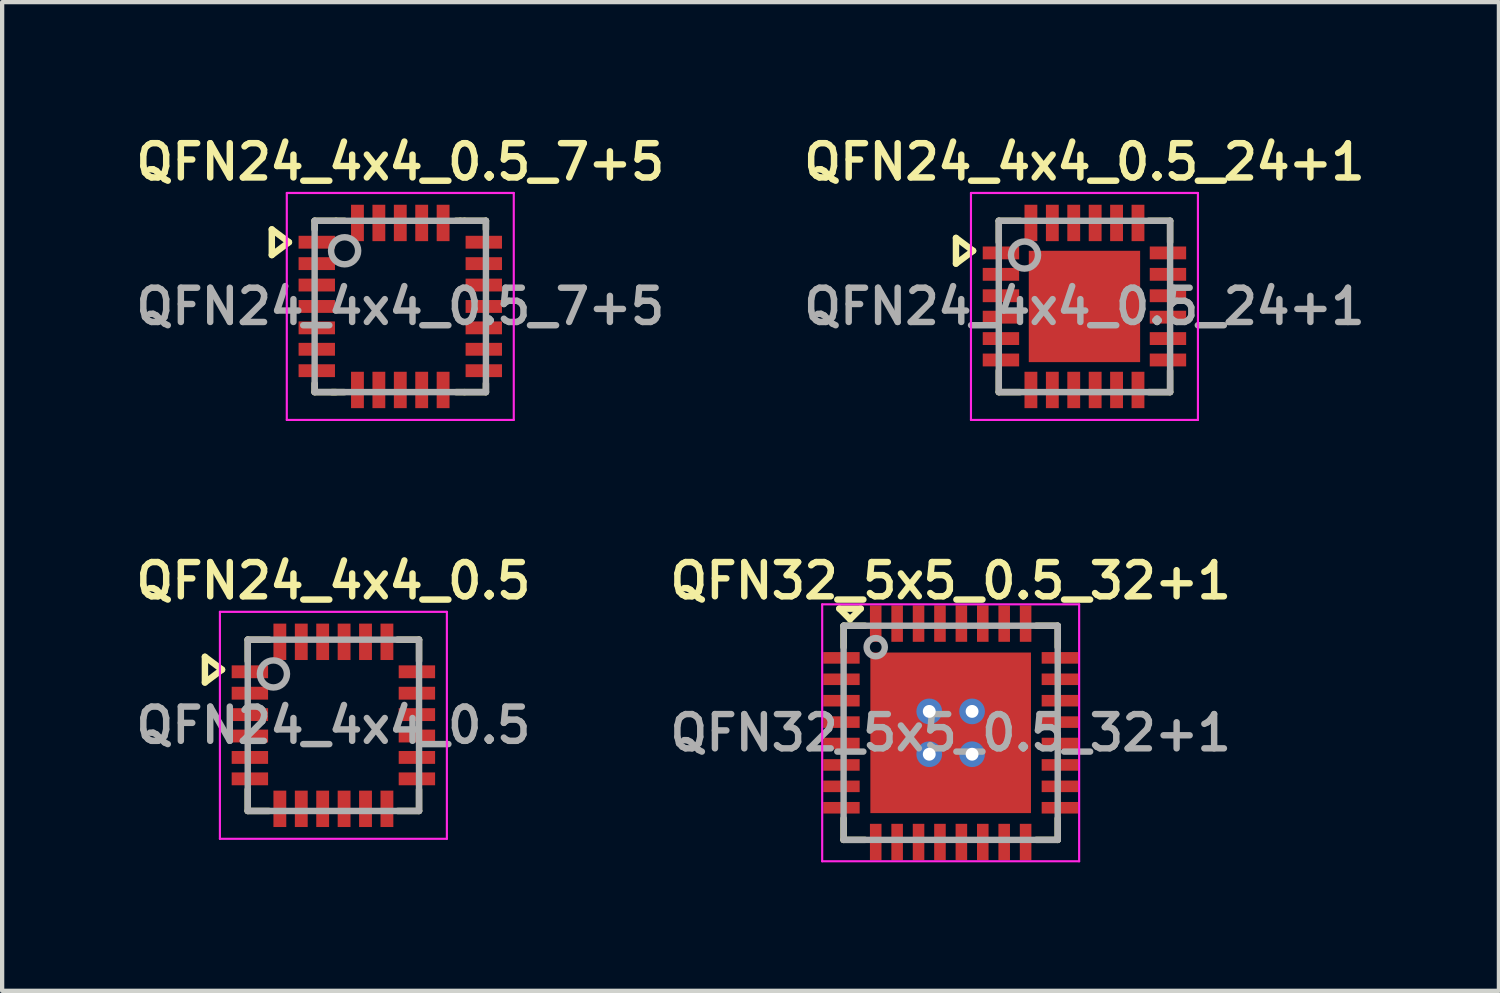
<source format=kicad_pcb>
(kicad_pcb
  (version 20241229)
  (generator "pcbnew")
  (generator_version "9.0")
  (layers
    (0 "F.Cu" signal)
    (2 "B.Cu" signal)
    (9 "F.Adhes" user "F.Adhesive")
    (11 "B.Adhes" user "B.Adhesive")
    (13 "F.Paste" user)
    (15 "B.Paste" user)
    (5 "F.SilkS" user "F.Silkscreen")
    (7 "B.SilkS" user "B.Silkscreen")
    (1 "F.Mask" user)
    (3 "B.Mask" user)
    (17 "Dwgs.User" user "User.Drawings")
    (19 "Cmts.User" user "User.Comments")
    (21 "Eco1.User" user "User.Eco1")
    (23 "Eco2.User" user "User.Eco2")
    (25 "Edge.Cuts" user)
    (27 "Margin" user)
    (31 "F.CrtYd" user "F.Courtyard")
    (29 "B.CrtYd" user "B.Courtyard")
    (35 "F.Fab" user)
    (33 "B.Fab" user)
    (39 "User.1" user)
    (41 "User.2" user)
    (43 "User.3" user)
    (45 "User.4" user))
  (footprint "QFN24_4x4_0.5"
    (layer "F.Cu")
    (at 4.735 13.887)
    (property "Reference" "QFN24_4x4_0.5" (at 0 -3.375 0) (layer "F.SilkS") (effects (font (size 0.8 0.8) (thickness 0.15))))
    (attr smd)
    (fp_line (start -3 -1.6) (end -3 -1) (stroke (width 0.15) (type solid)) (layer "F.SilkS"))
    (fp_line (start -3 -1) (end -2.6 -1.3) (stroke (width 0.15) (type solid)) (layer "F.SilkS"))
    (fp_line (start -2.6 -1.3) (end -3 -1.6) (stroke (width 0.15) (type solid)) (layer "F.SilkS"))
    (fp_line (start -2 -2) (end -2 -1.5) (stroke (width 0.15) (type solid)) (layer "F.SilkS"))
    (fp_line (start -2 1.5) (end -2 2) (stroke (width 0.15) (type solid)) (layer "F.SilkS"))
    (fp_line (start -2 2) (end -1.5 2) (stroke (width 0.15) (type solid)) (layer "F.SilkS"))
    (fp_line (start -1.5 -2) (end -2 -2) (stroke (width 0.15) (type solid)) (layer "F.SilkS"))
    (fp_line (start 1.5 -2) (end 2 -2) (stroke (width 0.15) (type solid)) (layer "F.SilkS"))
    (fp_line (start 2 -2) (end 2 -1.5) (stroke (width 0.15) (type solid)) (layer "F.SilkS"))
    (fp_line (start 2 1.5) (end 2 2) (stroke (width 0.15) (type solid)) (layer "F.SilkS"))
    (fp_line (start 2 2) (end 1.5 2) (stroke (width 0.15) (type solid)) (layer "F.SilkS"))
    (fp_line (start -2.65 -2.65) (end -2.65 2.65) (stroke (width 0.05) (type solid)) (layer "F.CrtYd"))
    (fp_line (start -2.65 -2.65) (end 2.65 -2.65) (stroke (width 0.05) (type solid)) (layer "F.CrtYd"))
    (fp_line (start -2.65 2.65) (end 2.65 2.65) (stroke (width 0.05) (type solid)) (layer "F.CrtYd"))
    (fp_line (start 2.65 -2.65) (end 2.65 2.65) (stroke (width 0.05) (type solid)) (layer "F.CrtYd"))
    (fp_line (start -2 -2) (end 2 -2) (stroke (width 0.15) (type solid)) (layer "F.Fab"))
    (fp_line (start -2 2) (end -2 -2) (stroke (width 0.15) (type solid)) (layer "F.Fab"))
    (fp_line (start 2 -2) (end 2 2) (stroke (width 0.15) (type solid)) (layer "F.Fab"))
    (fp_line (start 2 2) (end -2 2) (stroke (width 0.15) (type solid)) (layer "F.Fab"))
    (fp_circle (center -1.4 -1.2) (end -1.3 -0.9) (stroke (width 0.15) (type solid)) (fill no) (layer "F.Fab"))
    (fp_text user "${REFERENCE}" (at 0 0 0) (layer "F.Fab") (effects (font (size 0.8 0.8) (thickness 0.15))))
    (pad "1" smd rect (at -1.95 -1.25) (size 0.85 0.3) (layers "F.Cu" "F.Mask" "F.Paste"))
    (pad "2" smd rect (at -1.95 -0.75) (size 0.85 0.3) (layers "F.Cu" "F.Mask" "F.Paste"))
    (pad "3" smd rect (at -1.95 -0.25) (size 0.85 0.3) (layers "F.Cu" "F.Mask" "F.Paste"))
    (pad "4" smd rect (at -1.95 0.25) (size 0.85 0.3) (layers "F.Cu" "F.Mask" "F.Paste"))
    (pad "5" smd rect (at -1.95 0.75) (size 0.85 0.3) (layers "F.Cu" "F.Mask" "F.Paste"))
    (pad "6" smd rect (at -1.95 1.25) (size 0.85 0.3) (layers "F.Cu" "F.Mask" "F.Paste"))
    (pad "7" smd rect (at -1.25 1.95 90) (size 0.85 0.3) (layers "F.Cu" "F.Mask" "F.Paste"))
    (pad "8" smd rect (at -0.75 1.95 90) (size 0.85 0.3) (layers "F.Cu" "F.Mask" "F.Paste"))
    (pad "9" smd rect (at -0.25 1.95 90) (size 0.85 0.3) (layers "F.Cu" "F.Mask" "F.Paste"))
    (pad "10" smd rect (at 0.25 1.95 90) (size 0.85 0.3) (layers "F.Cu" "F.Mask" "F.Paste"))
    (pad "11" smd rect (at 0.75 1.95 90) (size 0.85 0.3) (layers "F.Cu" "F.Mask" "F.Paste"))
    (pad "12" smd rect (at 1.25 1.95 90) (size 0.85 0.3) (layers "F.Cu" "F.Mask" "F.Paste"))
    (pad "13" smd rect (at 1.95 1.25) (size 0.85 0.3) (layers "F.Cu" "F.Mask" "F.Paste"))
    (pad "14" smd rect (at 1.95 0.75) (size 0.85 0.3) (layers "F.Cu" "F.Mask" "F.Paste"))
    (pad "15" smd rect (at 1.95 0.25) (size 0.85 0.3) (layers "F.Cu" "F.Mask" "F.Paste"))
    (pad "16" smd rect (at 1.95 -0.25) (size 0.85 0.3) (layers "F.Cu" "F.Mask" "F.Paste"))
    (pad "17" smd rect (at 1.95 -0.75) (size 0.85 0.3) (layers "F.Cu" "F.Mask" "F.Paste"))
    (pad "18" smd rect (at 1.95 -1.25) (size 0.85 0.3) (layers "F.Cu" "F.Mask" "F.Paste"))
    (pad "19" smd rect (at 1.25 -1.95 90) (size 0.85 0.3) (layers "F.Cu" "F.Mask" "F.Paste"))
    (pad "20" smd rect (at 0.75 -1.95 90) (size 0.85 0.3) (layers "F.Cu" "F.Mask" "F.Paste"))
    (pad "21" smd rect (at 0.25 -1.95 90) (size 0.85 0.3) (layers "F.Cu" "F.Mask" "F.Paste"))
    (pad "22" smd rect (at -0.25 -1.95 90) (size 0.85 0.3) (layers "F.Cu" "F.Mask" "F.Paste"))
    (pad "23" smd rect (at -0.75 -1.95 90) (size 0.85 0.3) (layers "F.Cu" "F.Mask" "F.Paste"))
    (pad "24" smd rect (at -1.25 -1.95 90) (size 0.85 0.3) (layers "F.Cu" "F.Mask" "F.Paste")))
  (footprint "QFN32_5x5_0.5_32+1"
    (layer "F.Cu")
    (at 19.149 14.062)
    (property "Reference" "QFN32_5x5_0.5_32+1" (at 0 -3.55 0) (layer "F.SilkS") (effects (font (size 0.8 0.8) (thickness 0.15))))
    (attr through_hole)
    (fp_line (start -2.6 -2.9) (end -2.35 -2.65) (stroke (width 0.15) (type solid)) (layer "F.SilkS"))
    (fp_line (start -2.5 -2.5) (end -2 -2.5) (stroke (width 0.15) (type solid)) (layer "F.SilkS"))
    (fp_line (start -2.5 -2) (end -2.5 -2.5) (stroke (width 0.15) (type solid)) (layer "F.SilkS"))
    (fp_line (start -2.5 2.5) (end -2.5 2) (stroke (width 0.15) (type solid)) (layer "F.SilkS"))
    (fp_line (start -2.35 -2.65) (end -2.1 -2.9) (stroke (width 0.15) (type solid)) (layer "F.SilkS"))
    (fp_line (start -2.1 -2.9) (end -2.6 -2.9) (stroke (width 0.15) (type solid)) (layer "F.SilkS"))
    (fp_line (start -2 2.5) (end -2.5 2.5) (stroke (width 0.15) (type solid)) (layer "F.SilkS"))
    (fp_line (start 2 -2.5) (end 2.5 -2.5) (stroke (width 0.15) (type solid)) (layer "F.SilkS"))
    (fp_line (start 2.5 -2.5) (end 2.5 -2) (stroke (width 0.15) (type solid)) (layer "F.SilkS"))
    (fp_line (start 2.5 2) (end 2.5 2.5) (stroke (width 0.15) (type solid)) (layer "F.SilkS"))
    (fp_line (start 2.5 2.5) (end 2 2.5) (stroke (width 0.15) (type solid)) (layer "F.SilkS"))
    (fp_line (start -3 -3) (end 3 -3) (stroke (width 0.05) (type solid)) (layer "F.CrtYd"))
    (fp_line (start -3 3) (end -3 -3) (stroke (width 0.05) (type solid)) (layer "F.CrtYd"))
    (fp_line (start 3 -3) (end 3 3) (stroke (width 0.05) (type solid)) (layer "F.CrtYd"))
    (fp_line (start 3 3) (end -3 3) (stroke (width 0.05) (type solid)) (layer "F.CrtYd"))
    (fp_line (start -2.5 -2.5) (end 2.5 -2.5) (stroke (width 0.15) (type solid)) (layer "F.Fab"))
    (fp_line (start -2.5 2.5) (end -2.5 -2.5) (stroke (width 0.15) (type solid)) (layer "F.Fab"))
    (fp_line (start 2.5 -2.5) (end 2.5 2.5) (stroke (width 0.15) (type solid)) (layer "F.Fab"))
    (fp_line (start 2.5 2.5) (end -2.5 2.5) (stroke (width 0.15) (type solid)) (layer "F.Fab"))
    (fp_circle (center -1.75 -2) (end -1.6 -1.85) (stroke (width 0.15) (type solid)) (fill no) (layer "F.Fab"))
    (fp_text user "${REFERENCE}" (at 0 0 0) (layer "F.Fab") (effects (font (size 0.8 0.8) (thickness 0.15))))
    (pad "1" smd rect (at -2.55 -1.75 90) (size 0.27 0.85) (layers "F.Cu" "F.Mask" "F.Paste"))
    (pad "2" smd rect (at -2.55 -1.25 90) (size 0.27 0.85) (layers "F.Cu" "F.Mask" "F.Paste"))
    (pad "3" smd rect (at -2.55 -0.75 90) (size 0.27 0.85) (layers "F.Cu" "F.Mask" "F.Paste"))
    (pad "4" smd rect (at -2.55 -0.25 90) (size 0.27 0.85) (layers "F.Cu" "F.Mask" "F.Paste"))
    (pad "5" smd rect (at -2.55 0.25 90) (size 0.27 0.85) (layers "F.Cu" "F.Mask" "F.Paste"))
    (pad "6" smd rect (at -2.55 0.75 90) (size 0.27 0.85) (layers "F.Cu" "F.Mask" "F.Paste"))
    (pad "7" smd rect (at -2.55 1.25 90) (size 0.27 0.85) (layers "F.Cu" "F.Mask" "F.Paste"))
    (pad "8" smd rect (at -2.55 1.75 90) (size 0.27 0.85) (layers "F.Cu" "F.Mask" "F.Paste"))
    (pad "9" smd rect (at -1.75 2.55) (size 0.27 0.85) (layers "F.Cu" "F.Mask" "F.Paste"))
    (pad "10" smd rect (at -1.25 2.55) (size 0.27 0.85) (layers "F.Cu" "F.Mask" "F.Paste"))
    (pad "11" smd rect (at -0.75 2.55) (size 0.27 0.85) (layers "F.Cu" "F.Mask" "F.Paste"))
    (pad "12" smd rect (at -0.25 2.55) (size 0.27 0.85) (layers "F.Cu" "F.Mask" "F.Paste"))
    (pad "13" smd rect (at 0.25 2.55) (size 0.27 0.85) (layers "F.Cu" "F.Mask" "F.Paste"))
    (pad "14" smd rect (at 0.75 2.55) (size 0.27 0.85) (layers "F.Cu" "F.Mask" "F.Paste"))
    (pad "15" smd rect (at 1.25 2.55) (size 0.27 0.85) (layers "F.Cu" "F.Mask" "F.Paste"))
    (pad "16" smd rect (at 1.75 2.55) (size 0.27 0.85) (layers "F.Cu" "F.Mask" "F.Paste"))
    (pad "17" smd rect (at 2.55 1.75 90) (size 0.27 0.85) (layers "F.Cu" "F.Mask" "F.Paste"))
    (pad "18" smd rect (at 2.55 1.25 90) (size 0.27 0.85) (layers "F.Cu" "F.Mask" "F.Paste"))
    (pad "19" smd rect (at 2.55 0.75 90) (size 0.27 0.85) (layers "F.Cu" "F.Mask" "F.Paste"))
    (pad "20" smd rect (at 2.55 0.25 90) (size 0.27 0.85) (layers "F.Cu" "F.Mask" "F.Paste"))
    (pad "21" smd rect (at 2.55 -0.25 90) (size 0.27 0.85) (layers "F.Cu" "F.Mask" "F.Paste"))
    (pad "22" smd rect (at 2.55 -0.75 90) (size 0.27 0.85) (layers "F.Cu" "F.Mask" "F.Paste"))
    (pad "23" smd rect (at 2.55 -1.25 90) (size 0.27 0.85) (layers "F.Cu" "F.Mask" "F.Paste"))
    (pad "24" smd rect (at 2.55 -1.75 90) (size 0.27 0.85) (layers "F.Cu" "F.Mask" "F.Paste"))
    (pad "25" smd rect (at 1.75 -2.55) (size 0.27 0.85) (layers "F.Cu" "F.Mask" "F.Paste"))
    (pad "26" smd rect (at 1.25 -2.55) (size 0.27 0.85) (layers "F.Cu" "F.Mask" "F.Paste"))
    (pad "27" smd rect (at 0.75 -2.55) (size 0.27 0.85) (layers "F.Cu" "F.Mask" "F.Paste"))
    (pad "28" smd rect (at 0.25 -2.55) (size 0.27 0.85) (layers "F.Cu" "F.Mask" "F.Paste"))
    (pad "29" smd rect (at -0.25 -2.55) (size 0.27 0.85) (layers "F.Cu" "F.Mask" "F.Paste"))
    (pad "30" smd rect (at -0.75 -2.55) (size 0.27 0.85) (layers "F.Cu" "F.Mask" "F.Paste"))
    (pad "31" smd rect (at -1.25 -2.55) (size 0.27 0.85) (layers "F.Cu" "F.Mask" "F.Paste"))
    (pad "32" smd rect (at -1.75 -2.55) (size 0.27 0.85) (layers "F.Cu" "F.Mask" "F.Paste"))
    (pad "EP" smd circle (at -1.15 -1.15 90) (size 0.6 0.6) (layers "F.Cu" "F.Paste"))
    (pad "EP" smd circle (at -1.15 0 90) (size 0.6 0.6) (layers "F.Cu" "F.Paste"))
    (pad "EP" smd circle (at -1.15 1.15 90) (size 0.6 0.6) (layers "F.Cu" "F.Paste"))
    (pad "EP" thru_hole circle (at -0.5 -0.5 90) (size 0.6 0.6) (drill 0.3) (layers "*.Cu" "*.Mask"))
    (pad "EP" thru_hole circle (at -0.5 0.5 90) (size 0.6 0.6) (drill 0.3) (layers "*.Cu" "*.Mask"))
    (pad "EP" smd circle (at 0 -1.15 90) (size 0.6 0.6) (layers "F.Cu" "F.Paste"))
    (pad "EP" smd circle (at 0 0 90) (size 0.6 0.6) (layers "F.Cu" "F.Paste"))
    (pad "EP" smd rect (at 0 0 90) (size 3.75 3.75) (layers "F.Cu" "F.Mask"))
    (pad "EP" smd circle (at 0 1.15 90) (size 0.6 0.6) (layers "F.Cu" "F.Paste"))
    (pad "EP" thru_hole circle (at 0.5 -0.5 90) (size 0.6 0.6) (drill 0.3) (layers "*.Cu" "*.Mask"))
    (pad "EP" thru_hole circle (at 0.5 0.5 90) (size 0.6 0.6) (drill 0.3) (layers "*.Cu" "*.Mask"))
    (pad "EP" smd circle (at 1.15 -1.15 90) (size 0.6 0.6) (layers "F.Cu" "F.Paste"))
    (pad "EP" smd circle (at 1.15 0 90) (size 0.6 0.6) (layers "F.Cu" "F.Paste"))
    (pad "EP" smd circle (at 1.15 1.15 90) (size 0.6 0.6) (layers "F.Cu" "F.Paste")))
  (footprint "QFN24_4x4_0.5_7+5"
    (layer "F.Cu")
    (at 6.297 4.106)
    (property "Reference" "QFN24_4x4_0.5_7+5" (at 0 -3.375 0) (layer "F.SilkS") (effects (font (size 0.8 0.8) (thickness 0.15))))
    (attr smd)
    (fp_line (start -3 -1.8) (end -3 -1.2) (stroke (width 0.15) (type solid)) (layer "F.SilkS"))
    (fp_line (start -3 -1.2) (end -2.6 -1.5) (stroke (width 0.15) (type solid)) (layer "F.SilkS"))
    (fp_line (start -2.6 -1.5) (end -3 -1.8) (stroke (width 0.15) (type solid)) (layer "F.SilkS"))
    (fp_line (start -2 -2) (end -2 -1.8) (stroke (width 0.15) (type solid)) (layer "F.SilkS"))
    (fp_line (start -2 2) (end -2 1.8) (stroke (width 0.15) (type solid)) (layer "F.SilkS"))
    (fp_line (start -2 2) (end -1.5 2) (stroke (width 0.15) (type solid)) (layer "F.SilkS"))
    (fp_line (start -1.5 -2) (end -2 -2) (stroke (width 0.15) (type solid)) (layer "F.SilkS"))
    (fp_line (start -1.5 -2) (end -1.3 -2) (stroke (width 0.15) (type solid)) (layer "F.SilkS"))
    (fp_line (start -1.3 2) (end -1.6 2) (stroke (width 0.15) (type solid)) (layer "F.SilkS"))
    (fp_line (start 1.4 -2) (end 1.3 -2) (stroke (width 0.15) (type solid)) (layer "F.SilkS"))
    (fp_line (start 1.5 -2) (end 1.4 -2) (stroke (width 0.15) (type solid)) (layer "F.SilkS"))
    (fp_line (start 1.5 -2) (end 2 -2) (stroke (width 0.15) (type solid)) (layer "F.SilkS"))
    (fp_line (start 1.5 2) (end 1.3 2) (stroke (width 0.15) (type solid)) (layer "F.SilkS"))
    (fp_line (start 2 -2) (end 2 -1.8) (stroke (width 0.15) (type solid)) (layer "F.SilkS"))
    (fp_line (start 2 2) (end 1.5 2) (stroke (width 0.15) (type solid)) (layer "F.SilkS"))
    (fp_line (start 2 2) (end 2 1.8) (stroke (width 0.15) (type solid)) (layer "F.SilkS"))
    (fp_line (start -2.65 -2.65) (end -2.65 2.65) (stroke (width 0.05) (type solid)) (layer "F.CrtYd"))
    (fp_line (start -2.65 -2.65) (end 2.65 -2.65) (stroke (width 0.05) (type solid)) (layer "F.CrtYd"))
    (fp_line (start -2.65 2.65) (end 2.65 2.65) (stroke (width 0.05) (type solid)) (layer "F.CrtYd"))
    (fp_line (start 2.65 -2.65) (end 2.65 2.65) (stroke (width 0.05) (type solid)) (layer "F.CrtYd"))
    (fp_line (start -2 -2) (end 2 -2) (stroke (width 0.15) (type solid)) (layer "F.Fab"))
    (fp_line (start -2 2) (end -2 -2) (stroke (width 0.15) (type solid)) (layer "F.Fab"))
    (fp_line (start 2 -2) (end 2 2) (stroke (width 0.15) (type solid)) (layer "F.Fab"))
    (fp_line (start 2 2) (end -2 2) (stroke (width 0.15) (type solid)) (layer "F.Fab"))
    (fp_circle (center -1.3 -1.3) (end -1.2 -1) (stroke (width 0.15) (type solid)) (fill no) (layer "F.Fab"))
    (fp_text user "${REFERENCE}" (at 0 0 0) (layer "F.Fab") (effects (font (size 0.8 0.8) (thickness 0.15))))
    (pad "1" smd rect (at -1.95 -1.5) (size 0.85 0.3) (layers "F.Cu" "F.Mask" "F.Paste"))
    (pad "2" smd rect (at -1.95 -1) (size 0.85 0.3) (layers "F.Cu" "F.Mask" "F.Paste"))
    (pad "3" smd rect (at -1.95 -0.5) (size 0.85 0.3) (layers "F.Cu" "F.Mask" "F.Paste"))
    (pad "4" smd rect (at -1.95 0) (size 0.85 0.3) (layers "F.Cu" "F.Mask" "F.Paste"))
    (pad "5" smd rect (at -1.95 0.5) (size 0.85 0.3) (layers "F.Cu" "F.Mask" "F.Paste"))
    (pad "6" smd rect (at -1.95 1) (size 0.85 0.3) (layers "F.Cu" "F.Mask" "F.Paste"))
    (pad "7" smd rect (at -1.95 1.5 90) (size 0.3 0.85) (layers "F.Cu" "F.Mask" "F.Paste"))
    (pad "8" smd rect (at -1 1.95 90) (size 0.85 0.3) (layers "F.Cu" "F.Mask" "F.Paste"))
    (pad "9" smd rect (at -0.5 1.95 90) (size 0.85 0.3) (layers "F.Cu" "F.Mask" "F.Paste"))
    (pad "10" smd rect (at 0 1.95 90) (size 0.85 0.3) (layers "F.Cu" "F.Mask" "F.Paste"))
    (pad "11" smd rect (at 0.5 1.95 90) (size 0.85 0.3) (layers "F.Cu" "F.Mask" "F.Paste"))
    (pad "12" smd rect (at 1 1.95 90) (size 0.85 0.3) (layers "F.Cu" "F.Mask" "F.Paste"))
    (pad "13" smd rect (at 1.95 1.5) (size 0.85 0.3) (layers "F.Cu" "F.Mask" "F.Paste"))
    (pad "14" smd rect (at 1.95 1) (size 0.85 0.3) (layers "F.Cu" "F.Mask" "F.Paste"))
    (pad "15" smd rect (at 1.95 0.5) (size 0.85 0.3) (layers "F.Cu" "F.Mask" "F.Paste"))
    (pad "16" smd rect (at 1.95 0) (size 0.85 0.3) (layers "F.Cu" "F.Mask" "F.Paste"))
    (pad "17" smd rect (at 1.95 -0.5) (size 0.85 0.3) (layers "F.Cu" "F.Mask" "F.Paste"))
    (pad "18" smd rect (at 1.95 -1) (size 0.85 0.3) (layers "F.Cu" "F.Mask" "F.Paste"))
    (pad "19" smd rect (at 1.95 -1.5 90) (size 0.3 0.85) (layers "F.Cu" "F.Mask" "F.Paste"))
    (pad "20" smd rect (at 1 -1.95 90) (size 0.85 0.3) (layers "F.Cu" "F.Mask" "F.Paste"))
    (pad "21" smd rect (at 0.5 -1.95 90) (size 0.85 0.3) (layers "F.Cu" "F.Mask" "F.Paste"))
    (pad "22" smd rect (at 0 -1.95 90) (size 0.85 0.3) (layers "F.Cu" "F.Mask" "F.Paste"))
    (pad "23" smd rect (at -0.5 -1.95 90) (size 0.85 0.3) (layers "F.Cu" "F.Mask" "F.Paste"))
    (pad "24" smd rect (at -1 -1.95 90) (size 0.85 0.3) (layers "F.Cu" "F.Mask" "F.Paste")))
  (footprint "QFN24_4x4_0.5_24+1"
    (layer "F.Cu")
    (at 22.273 4.106)
    (property "Reference" "QFN24_4x4_0.5_24+1" (at 0 -3.375 0) (layer "F.SilkS") (effects (font (size 0.8 0.8) (thickness 0.15))))
    (attr smd)
    (fp_line (start -3 -1.6) (end -3 -1) (stroke (width 0.15) (type solid)) (layer "F.SilkS"))
    (fp_line (start -3 -1) (end -2.6 -1.3) (stroke (width 0.15) (type solid)) (layer "F.SilkS"))
    (fp_line (start -2.6 -1.3) (end -3 -1.6) (stroke (width 0.15) (type solid)) (layer "F.SilkS"))
    (fp_line (start -2 -2) (end -2 -1.5) (stroke (width 0.15) (type solid)) (layer "F.SilkS"))
    (fp_line (start -2 1.5) (end -2 2) (stroke (width 0.15) (type solid)) (layer "F.SilkS"))
    (fp_line (start -2 2) (end -1.5 2) (stroke (width 0.15) (type solid)) (layer "F.SilkS"))
    (fp_line (start -1.5 -2) (end -2 -2) (stroke (width 0.15) (type solid)) (layer "F.SilkS"))
    (fp_line (start 1.5 -2) (end 2 -2) (stroke (width 0.15) (type solid)) (layer "F.SilkS"))
    (fp_line (start 2 -2) (end 2 -1.5) (stroke (width 0.15) (type solid)) (layer "F.SilkS"))
    (fp_line (start 2 1.5) (end 2 2) (stroke (width 0.15) (type solid)) (layer "F.SilkS"))
    (fp_line (start 2 2) (end 1.5 2) (stroke (width 0.15) (type solid)) (layer "F.SilkS"))
    (fp_line (start -2.65 -2.65) (end -2.65 2.65) (stroke (width 0.05) (type solid)) (layer "F.CrtYd"))
    (fp_line (start -2.65 -2.65) (end 2.65 -2.65) (stroke (width 0.05) (type solid)) (layer "F.CrtYd"))
    (fp_line (start -2.65 2.65) (end 2.65 2.65) (stroke (width 0.05) (type solid)) (layer "F.CrtYd"))
    (fp_line (start 2.65 -2.65) (end 2.65 2.65) (stroke (width 0.05) (type solid)) (layer "F.CrtYd"))
    (fp_line (start -2 -2) (end 2 -2) (stroke (width 0.15) (type solid)) (layer "F.Fab"))
    (fp_line (start -2 2) (end -2 -2) (stroke (width 0.15) (type solid)) (layer "F.Fab"))
    (fp_line (start 2 -2) (end 2 2) (stroke (width 0.15) (type solid)) (layer "F.Fab"))
    (fp_line (start 2 2) (end -2 2) (stroke (width 0.15) (type solid)) (layer "F.Fab"))
    (fp_circle (center -1.4 -1.2) (end -1.3 -0.9) (stroke (width 0.15) (type solid)) (fill no) (layer "F.Fab"))
    (fp_text user "${REFERENCE}" (at 0 0 0) (layer "F.Fab") (effects (font (size 0.8 0.8) (thickness 0.15))))
    (pad "1" smd rect (at -1.95 -1.25) (size 0.85 0.3) (layers "F.Cu" "F.Mask" "F.Paste"))
    (pad "2" smd rect (at -1.95 -0.75) (size 0.85 0.3) (layers "F.Cu" "F.Mask" "F.Paste"))
    (pad "3" smd rect (at -1.95 -0.25) (size 0.85 0.3) (layers "F.Cu" "F.Mask" "F.Paste"))
    (pad "4" smd rect (at -1.95 0.25) (size 0.85 0.3) (layers "F.Cu" "F.Mask" "F.Paste"))
    (pad "5" smd rect (at -1.95 0.75) (size 0.85 0.3) (layers "F.Cu" "F.Mask" "F.Paste"))
    (pad "6" smd rect (at -1.95 1.25) (size 0.85 0.3) (layers "F.Cu" "F.Mask" "F.Paste"))
    (pad "7" smd rect (at -1.25 1.95 90) (size 0.85 0.3) (layers "F.Cu" "F.Mask" "F.Paste"))
    (pad "8" smd rect (at -0.75 1.95 90) (size 0.85 0.3) (layers "F.Cu" "F.Mask" "F.Paste"))
    (pad "9" smd rect (at -0.25 1.95 90) (size 0.85 0.3) (layers "F.Cu" "F.Mask" "F.Paste"))
    (pad "10" smd rect (at 0.25 1.95 90) (size 0.85 0.3) (layers "F.Cu" "F.Mask" "F.Paste"))
    (pad "11" smd rect (at 0.75 1.95 90) (size 0.85 0.3) (layers "F.Cu" "F.Mask" "F.Paste"))
    (pad "12" smd rect (at 1.25 1.95 90) (size 0.85 0.3) (layers "F.Cu" "F.Mask" "F.Paste"))
    (pad "13" smd rect (at 1.95 1.25) (size 0.85 0.3) (layers "F.Cu" "F.Mask" "F.Paste"))
    (pad "14" smd rect (at 1.95 0.75) (size 0.85 0.3) (layers "F.Cu" "F.Mask" "F.Paste"))
    (pad "15" smd rect (at 1.95 0.25) (size 0.85 0.3) (layers "F.Cu" "F.Mask" "F.Paste"))
    (pad "16" smd rect (at 1.95 -0.25) (size 0.85 0.3) (layers "F.Cu" "F.Mask" "F.Paste"))
    (pad "17" smd rect (at 1.95 -0.75) (size 0.85 0.3) (layers "F.Cu" "F.Mask" "F.Paste"))
    (pad "18" smd rect (at 1.95 -1.25) (size 0.85 0.3) (layers "F.Cu" "F.Mask" "F.Paste"))
    (pad "19" smd rect (at 1.25 -1.95 90) (size 0.85 0.3) (layers "F.Cu" "F.Mask" "F.Paste"))
    (pad "20" smd rect (at 0.75 -1.95 90) (size 0.85 0.3) (layers "F.Cu" "F.Mask" "F.Paste"))
    (pad "21" smd rect (at 0.25 -1.95 90) (size 0.85 0.3) (layers "F.Cu" "F.Mask" "F.Paste"))
    (pad "22" smd rect (at -0.25 -1.95 90) (size 0.85 0.3) (layers "F.Cu" "F.Mask" "F.Paste"))
    (pad "23" smd rect (at -0.75 -1.95 90) (size 0.85 0.3) (layers "F.Cu" "F.Mask" "F.Paste"))
    (pad "24" smd rect (at -1.25 -1.95 90) (size 0.85 0.3) (layers "F.Cu" "F.Mask" "F.Paste"))
    (pad "25" smd rect (at 0 0) (size 2.6 2.6) (layers "F.Cu" "F.Mask" "F.Paste")))
  (gr_rect
    (start -3 -3)
    (end 31.951 20.087)
    (stroke (width 0.1) (type default))
    (fill no)
    (layer "Edge.Cuts")))
</source>
